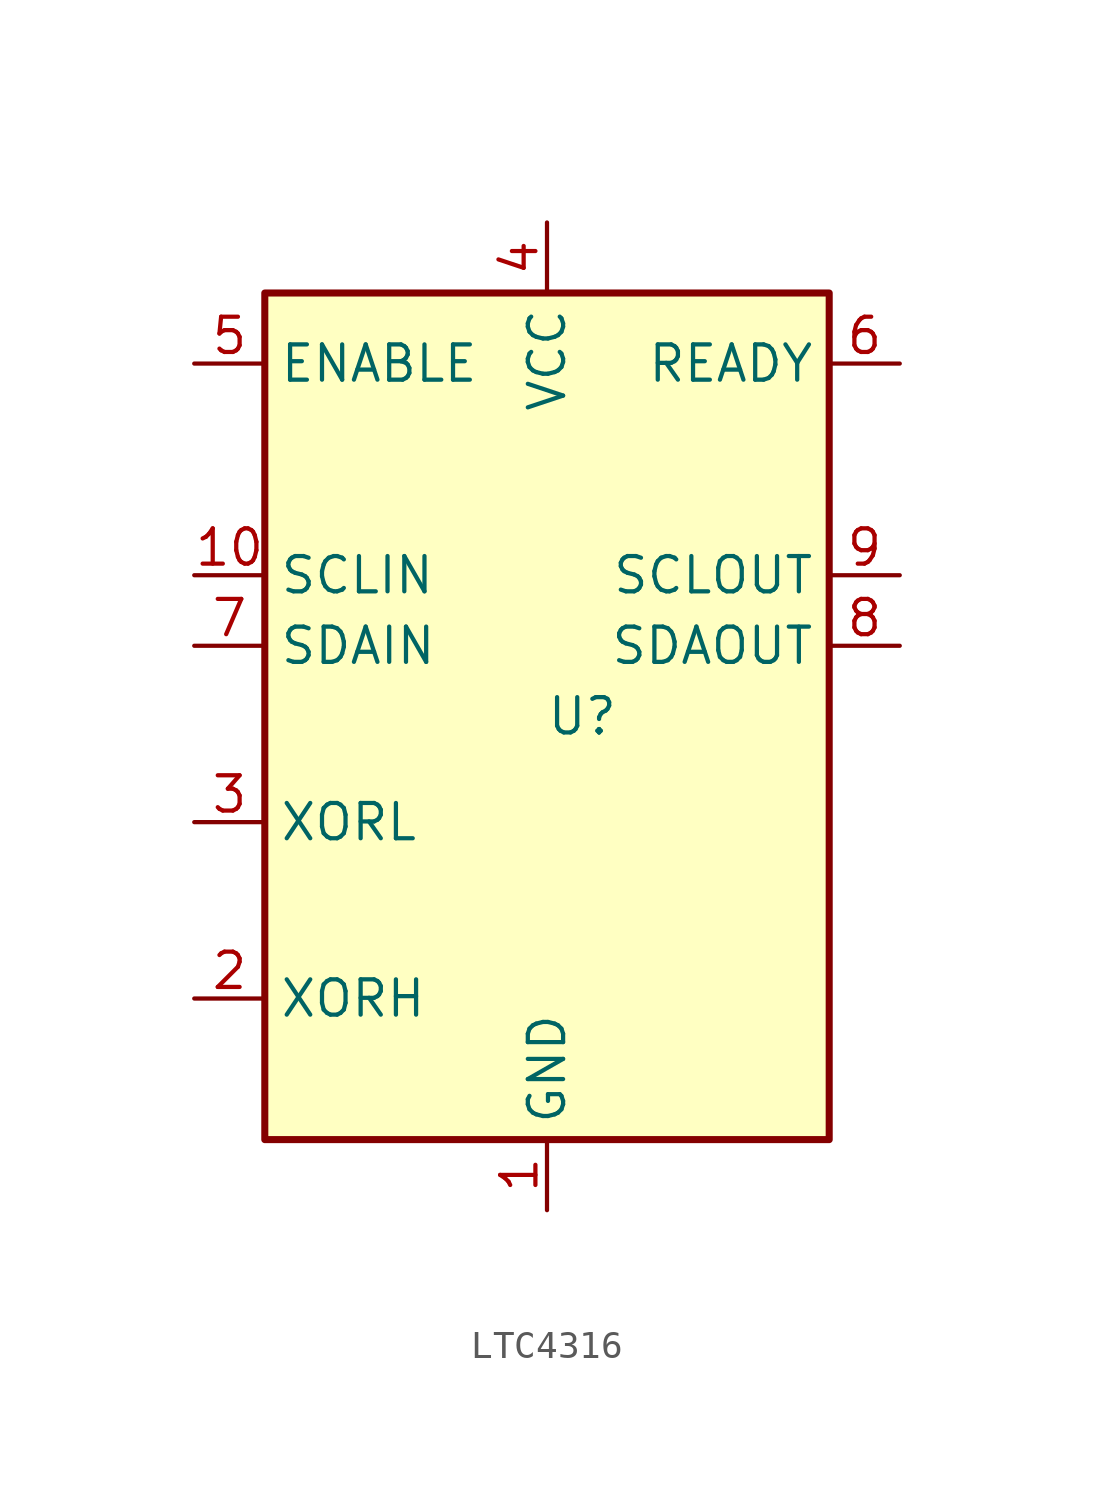
<source format=kicad_sym>
(kicad_symbol_lib
  (version 20220914)
  (generator kicad_symbol_editor)
  (symbol "LTC4316"
    (property "Reference" "U"
      (at 1.27 0 0)
      (effects (font (size 1.27 1.27))))
    (property "Value" ""
      (at 1.27 0 0)
      (effects (font (size 1.27 1.27))))
    (symbol "LTC4316_0_1"
      (rectangle (start -10.16 15.24) (end 10.16 -15.24) (stroke (width 0.254) (type default)) (fill (type background))))
    (symbol "LTC4316_1_1"
      (pin power_in line (at 0 -17.78 90) (length 2.54) (name "GND" (effects (font (size 1.27 1.27)))) (number "1" (effects (font (size 1.27 1.27)))))
      (pin input line (at -12.7 5.08 0) (length 2.54) (name "SCLIN" (effects (font (size 1.27 1.27)))) (number "10" (effects (font (size 1.27 1.27)))))
      (pin input line (at -12.7 -10.16 0) (length 2.54) (name "XORH" (effects (font (size 1.27 1.27)))) (number "2" (effects (font (size 1.27 1.27)))))
      (pin input line (at -12.7 -3.81 0) (length 2.54) (name "XORL" (effects (font (size 1.27 1.27)))) (number "3" (effects (font (size 1.27 1.27)))))
      (pin power_in line (at 0 17.78 270) (length 2.54) (name "VCC" (effects (font (size 1.27 1.27)))) (number "4" (effects (font (size 1.27 1.27)))))
      (pin input line (at -12.7 12.7 0) (length 2.54) (name "ENABLE" (effects (font (size 1.27 1.27)))) (number "5" (effects (font (size 1.27 1.27)))))
      (pin open_collector line (at 12.7 12.7 180) (length 2.54) (name "READY" (effects (font (size 1.27 1.27)))) (number "6" (effects (font (size 1.27 1.27)))))
      (pin bidirectional line (at -12.7 2.54 0) (length 2.54) (name "SDAIN" (effects (font (size 1.27 1.27)))) (number "7" (effects (font (size 1.27 1.27)))))
      (pin bidirectional line (at 12.7 2.54 180) (length 2.54) (name "SDAOUT" (effects (font (size 1.27 1.27)))) (number "8" (effects (font (size 1.27 1.27)))))
      (pin output line (at 12.7 5.08 180) (length 2.54) (name "SCLOUT" (effects (font (size 1.27 1.27)))) (number "9" (effects (font (size 1.27 1.27))))))))
</source>
